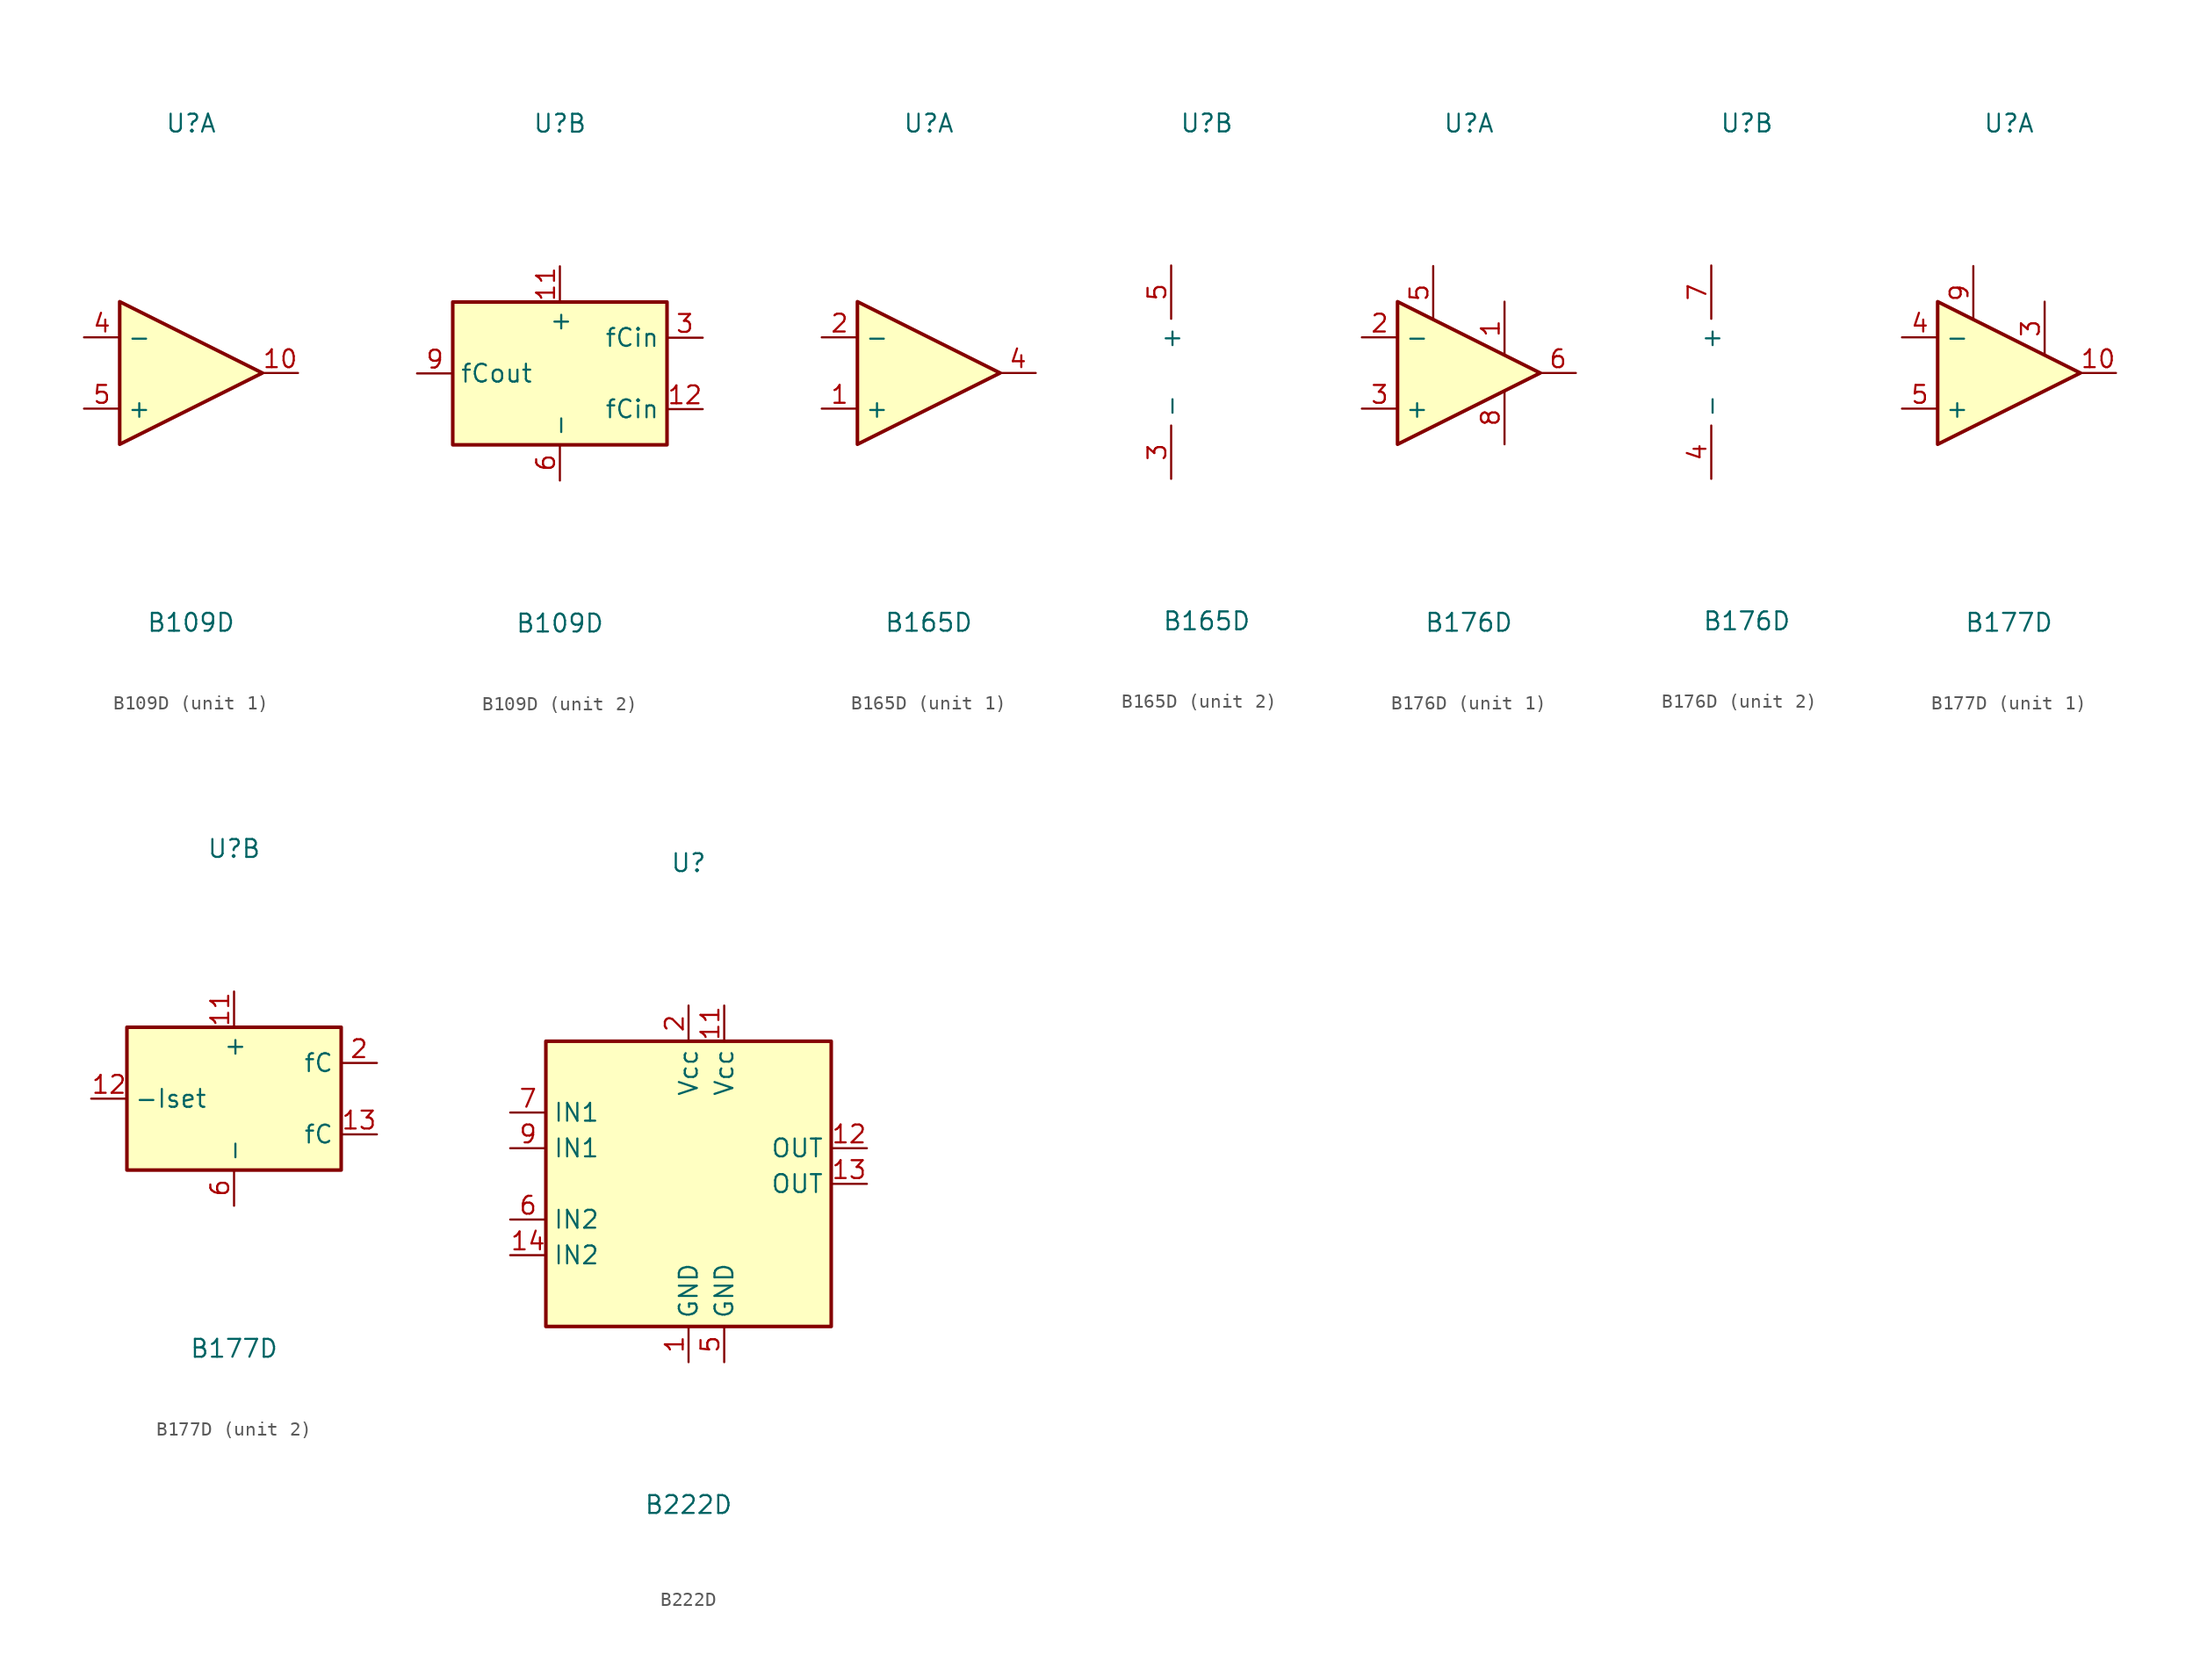
<source format=kicad_sym>
(kicad_symbol_lib
  (version 20211014)
  (generator kicad_symbol_editor)
  (symbol "B109D"
    (property "Reference" "U"
      (at 0 17.78 0)
      (effects (font (size 1.27 1.27))))
    (property "Value" "B109D"
      (at 0 -17.78 0)
      (effects (font (size 1.27 1.27))))
    (property "ki_locked" ""
      (at 0 0 0)
      (effects (font (size 1.27 1.27))))
    (symbol "B109D_1_1"
      (polyline (pts (xy -5.08 5.08) (xy 5.08 0) (xy -5.08 -5.08) (xy -5.08 5.08)) (stroke (width 0.254) (type default) (color 0 0 0 0)) (fill (type background)))
      (pin output line (at 7.62 0 180) (length 2.54) (name "~" (effects (font (size 1.27 1.27)))) (number "10" (effects (font (size 1.27 1.27)))))
      (pin input line (at -7.62 2.54 0) (length 2.54) (name "-" (effects (font (size 1.27 1.27)))) (number "4" (effects (font (size 1.27 1.27)))))
      (pin input line (at -7.62 -2.54 0) (length 2.54) (name "+" (effects (font (size 1.27 1.27)))) (number "5" (effects (font (size 1.27 1.27))))))
    (symbol "B109D_2_1"
      (rectangle (start -7.62 5.08) (end 7.62 -5.08) (stroke (width 0.254) (type default) (color 0 0 0 0)) (fill (type background)))
      (pin no_connect line (at -7.62 2.54 0) (length 2.54) hide (name "~" (effects (font (size 1.27 1.27)))) (number "1" (effects (font (size 1.27 1.27)))))
      (pin power_in line (at 0 7.62 270) (length 2.54) (name "+" (effects (font (size 1.27 1.27)))) (number "11" (effects (font (size 1.27 1.27)))))
      (pin passive line (at 10.16 -2.54 180) (length 2.54) (name "fCin" (effects (font (size 1.27 1.27)))) (number "12" (effects (font (size 1.27 1.27)))))
      (pin no_connect line (at 2.54 5.08 270) (length 2.54) hide (name "~" (effects (font (size 1.27 1.27)))) (number "13" (effects (font (size 1.27 1.27)))))
      (pin no_connect line (at 5.08 5.08 270) (length 2.54) hide (name "~" (effects (font (size 1.27 1.27)))) (number "14" (effects (font (size 1.27 1.27)))))
      (pin no_connect line (at -7.62 -2.54 0) (length 2.54) hide (name "~" (effects (font (size 1.27 1.27)))) (number "2" (effects (font (size 1.27 1.27)))))
      (pin passive line (at 10.16 2.54 180) (length 2.54) (name "fCin" (effects (font (size 1.27 1.27)))) (number "3" (effects (font (size 1.27 1.27)))))
      (pin power_in line (at 0 -7.62 90) (length 2.54) (name "-" (effects (font (size 1.27 1.27)))) (number "6" (effects (font (size 1.27 1.27)))))
      (pin no_connect line (at -5.08 5.08 270) (length 2.54) hide (name "~" (effects (font (size 1.27 1.27)))) (number "7" (effects (font (size 1.27 1.27)))))
      (pin no_connect line (at -2.54 5.08 270) (length 2.54) hide (name "~" (effects (font (size 1.27 1.27)))) (number "8" (effects (font (size 1.27 1.27)))))
      (pin passive line (at -10.16 0 0) (length 2.54) (name "fCout" (effects (font (size 1.27 1.27)))) (number "9" (effects (font (size 1.27 1.27)))))))
  (symbol "B165D"
    (property "Reference" "U"
      (at 0 17.78 0)
      (effects (font (size 1.27 1.27))))
    (property "Value" "B165D"
      (at 0 -17.78 0)
      (effects (font (size 1.27 1.27))))
    (symbol "B165D_1_1"
      (polyline (pts (xy -5.08 5.08) (xy 5.08 0) (xy -5.08 -5.08) (xy -5.08 5.08)) (stroke (width 0.254) (type default) (color 0 0 0 0)) (fill (type background)))
      (pin input line (at -7.62 -2.54 0) (length 2.54) (name "+" (effects (font (size 1.27 1.27)))) (number "1" (effects (font (size 1.27 1.27)))))
      (pin input line (at -7.62 2.54 0) (length 2.54) (name "-" (effects (font (size 1.27 1.27)))) (number "2" (effects (font (size 1.27 1.27)))))
      (pin output line (at 7.62 0 180) (length 2.54) (name "~" (effects (font (size 1.27 1.27)))) (number "4" (effects (font (size 1.27 1.27))))))
    (symbol "B165D_2_1"
      (pin power_in line (at -2.54 -7.62 90) (length 3.81) (name "-" (effects (font (size 1.27 1.27)))) (number "3" (effects (font (size 1.27 1.27)))))
      (pin power_in line (at -2.54 7.62 270) (length 3.81) (name "+" (effects (font (size 1.27 1.27)))) (number "5" (effects (font (size 1.27 1.27)))))))
  (symbol "B176D"
    (property "Reference" "U"
      (at 0 17.78 0)
      (effects (font (size 1.27 1.27))))
    (property "Value" "B176D"
      (at 0 -17.78 0)
      (effects (font (size 1.27 1.27))))
    (property "ki_locked" ""
      (at 0 0 0)
      (effects (font (size 1.27 1.27))))
    (symbol "B176D_1_1"
      (polyline (pts (xy -5.08 5.08) (xy 5.08 0) (xy -5.08 -5.08) (xy -5.08 5.08)) (stroke (width 0.254) (type default) (color 0 0 0 0)) (fill (type background)))
      (pin passive line (at 2.54 5.08 270) (length 3.81) (name "~" (effects (font (size 1.27 1.27)))) (number "1" (effects (font (size 1.27 1.27)))))
      (pin input line (at -7.62 2.54 0) (length 2.54) (name "-" (effects (font (size 1.27 1.27)))) (number "2" (effects (font (size 1.27 1.27)))))
      (pin input line (at -7.62 -2.54 0) (length 2.54) (name "+" (effects (font (size 1.27 1.27)))) (number "3" (effects (font (size 1.27 1.27)))))
      (pin passive line (at -2.54 7.62 270) (length 3.81) (name "~" (effects (font (size 1.27 1.27)))) (number "5" (effects (font (size 1.27 1.27)))))
      (pin output line (at 7.62 0 180) (length 2.54) (name "~" (effects (font (size 1.27 1.27)))) (number "6" (effects (font (size 1.27 1.27)))))
      (pin passive line (at 2.54 -5.08 90) (length 3.81) (name "~" (effects (font (size 1.27 1.27)))) (number "8" (effects (font (size 1.27 1.27))))))
    (symbol "B176D_2_1"
      (pin power_in line (at -2.54 -7.62 90) (length 3.81) (name "-" (effects (font (size 1.27 1.27)))) (number "4" (effects (font (size 1.27 1.27)))))
      (pin power_in line (at -2.54 7.62 270) (length 3.81) (name "+" (effects (font (size 1.27 1.27)))) (number "7" (effects (font (size 1.27 1.27)))))))
  (symbol "B177D"
    (property "Reference" "U"
      (at 0 17.78 0)
      (effects (font (size 1.27 1.27))))
    (property "Value" "B177D"
      (at 0 -17.78 0)
      (effects (font (size 1.27 1.27))))
    (property "ki_locked" ""
      (at 0 0 0)
      (effects (font (size 1.27 1.27))))
    (symbol "B177D_1_1"
      (polyline (pts (xy -5.08 5.08) (xy 5.08 0) (xy -5.08 -5.08) (xy -5.08 5.08)) (stroke (width 0.254) (type default) (color 0 0 0 0)) (fill (type background)))
      (pin output line (at 7.62 0 180) (length 2.54) (name "~" (effects (font (size 1.27 1.27)))) (number "10" (effects (font (size 1.27 1.27)))))
      (pin passive line (at 2.54 5.08 270) (length 3.81) (name "~" (effects (font (size 1.27 1.27)))) (number "3" (effects (font (size 1.27 1.27)))))
      (pin input line (at -7.62 2.54 0) (length 2.54) (name "-" (effects (font (size 1.27 1.27)))) (number "4" (effects (font (size 1.27 1.27)))))
      (pin input line (at -7.62 -2.54 0) (length 2.54) (name "+" (effects (font (size 1.27 1.27)))) (number "5" (effects (font (size 1.27 1.27)))))
      (pin passive line (at -2.54 7.62 270) (length 3.81) (name "~" (effects (font (size 1.27 1.27)))) (number "9" (effects (font (size 1.27 1.27))))))
    (symbol "B177D_2_1"
      (rectangle (start -7.62 5.08) (end 7.62 -5.08) (stroke (width 0.254) (type default) (color 0 0 0 0)) (fill (type background)))
      (pin no_connect line (at -5.08 5.08 270) (length 2.54) hide (name "~" (effects (font (size 1.27 1.27)))) (number "1" (effects (font (size 1.27 1.27)))))
      (pin power_in line (at 0 7.62 270) (length 2.54) (name "+" (effects (font (size 1.27 1.27)))) (number "11" (effects (font (size 1.27 1.27)))))
      (pin input line (at -10.16 0 0) (length 2.54) (name "-Iset" (effects (font (size 1.27 1.27)))) (number "12" (effects (font (size 1.27 1.27)))))
      (pin passive line (at 10.16 -2.54 180) (length 2.54) (name "fC" (effects (font (size 1.27 1.27)))) (number "13" (effects (font (size 1.27 1.27)))))
      (pin no_connect line (at 5.08 5.08 270) (length 2.54) hide (name "~" (effects (font (size 1.27 1.27)))) (number "14" (effects (font (size 1.27 1.27)))))
      (pin passive line (at 10.16 2.54 180) (length 2.54) (name "fC" (effects (font (size 1.27 1.27)))) (number "2" (effects (font (size 1.27 1.27)))))
      (pin power_in line (at 0 -7.62 90) (length 2.54) (name "-" (effects (font (size 1.27 1.27)))) (number "6" (effects (font (size 1.27 1.27)))))
      (pin no_connect line (at -2.54 5.08 270) (length 2.54) hide (name "~" (effects (font (size 1.27 1.27)))) (number "7" (effects (font (size 1.27 1.27)))))
      (pin no_connect line (at 2.54 5.08 270) (length 2.54) hide (name "~" (effects (font (size 1.27 1.27)))) (number "8" (effects (font (size 1.27 1.27)))))))
  (symbol "B222D"
    (property "Reference" "U"
      (at 0 22.86 0)
      (effects (font (size 1.27 1.27))))
    (property "Value" "B222D"
      (at 0 -22.86 0)
      (effects (font (size 1.27 1.27))))
    (symbol "B222D_0_1"
      (rectangle (start -10.16 10.16) (end 10.16 -10.16) (stroke (width 0.254) (type default) (color 0 0 0 0)) (fill (type background))))
    (symbol "B222D_1_1"
      (pin power_in line (at 0 -12.7 90) (length 2.54) (name "GND" (effects (font (size 1.27 1.27)))) (number "1" (effects (font (size 1.27 1.27)))))
      (pin no_connect line (at 10.16 -7.62 180) (length 2.54) hide (name "res." (effects (font (size 1.27 1.27)))) (number "10" (effects (font (size 1.27 1.27)))))
      (pin power_in line (at 2.54 12.7 270) (length 2.54) (name "Vcc" (effects (font (size 1.27 1.27)))) (number "11" (effects (font (size 1.27 1.27)))))
      (pin output line (at 12.7 2.54 180) (length 2.54) (name "OUT" (effects (font (size 1.27 1.27)))) (number "12" (effects (font (size 1.27 1.27)))))
      (pin output line (at 12.7 0 180) (length 2.54) (name "OUT" (effects (font (size 1.27 1.27)))) (number "13" (effects (font (size 1.27 1.27)))))
      (pin input line (at -12.7 -5.08 0) (length 2.54) (name "IN2" (effects (font (size 1.27 1.27)))) (number "14" (effects (font (size 1.27 1.27)))))
      (pin power_in line (at 0 12.7 270) (length 2.54) (name "Vcc" (effects (font (size 1.27 1.27)))) (number "2" (effects (font (size 1.27 1.27)))))
      (pin no_connect line (at 10.16 7.62 180) (length 2.54) hide (name "~" (effects (font (size 1.27 1.27)))) (number "3" (effects (font (size 1.27 1.27)))))
      (pin no_connect line (at 10.16 5.08 180) (length 2.54) hide (name "~" (effects (font (size 1.27 1.27)))) (number "4" (effects (font (size 1.27 1.27)))))
      (pin power_in line (at 2.54 -12.7 90) (length 2.54) (name "GND" (effects (font (size 1.27 1.27)))) (number "5" (effects (font (size 1.27 1.27)))))
      (pin input line (at -12.7 -2.54 0) (length 2.54) (name "IN2" (effects (font (size 1.27 1.27)))) (number "6" (effects (font (size 1.27 1.27)))))
      (pin input line (at -12.7 5.08 0) (length 2.54) (name "IN1" (effects (font (size 1.27 1.27)))) (number "7" (effects (font (size 1.27 1.27)))))
      (pin no_connect line (at 10.16 -5.08 180) (length 2.54) hide (name "res." (effects (font (size 1.27 1.27)))) (number "8" (effects (font (size 1.27 1.27)))))
      (pin input line (at -12.7 2.54 0) (length 2.54) (name "IN1" (effects (font (size 1.27 1.27)))) (number "9" (effects (font (size 1.27 1.27))))))))
</source>
